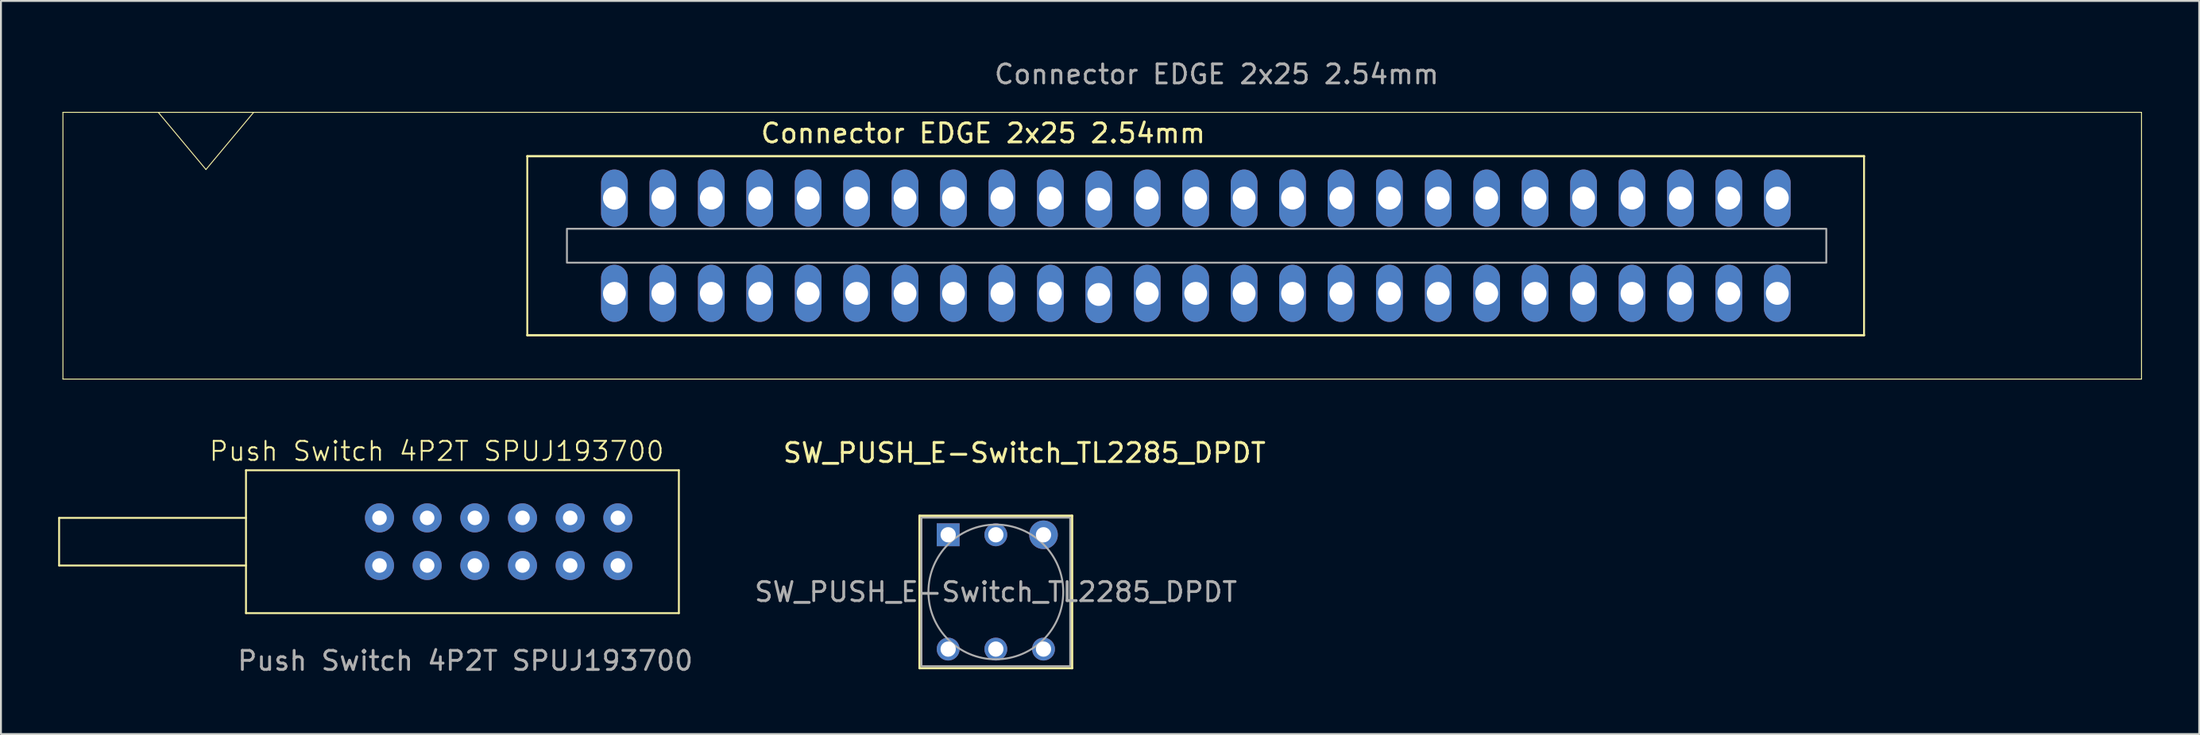
<source format=kicad_pcb>
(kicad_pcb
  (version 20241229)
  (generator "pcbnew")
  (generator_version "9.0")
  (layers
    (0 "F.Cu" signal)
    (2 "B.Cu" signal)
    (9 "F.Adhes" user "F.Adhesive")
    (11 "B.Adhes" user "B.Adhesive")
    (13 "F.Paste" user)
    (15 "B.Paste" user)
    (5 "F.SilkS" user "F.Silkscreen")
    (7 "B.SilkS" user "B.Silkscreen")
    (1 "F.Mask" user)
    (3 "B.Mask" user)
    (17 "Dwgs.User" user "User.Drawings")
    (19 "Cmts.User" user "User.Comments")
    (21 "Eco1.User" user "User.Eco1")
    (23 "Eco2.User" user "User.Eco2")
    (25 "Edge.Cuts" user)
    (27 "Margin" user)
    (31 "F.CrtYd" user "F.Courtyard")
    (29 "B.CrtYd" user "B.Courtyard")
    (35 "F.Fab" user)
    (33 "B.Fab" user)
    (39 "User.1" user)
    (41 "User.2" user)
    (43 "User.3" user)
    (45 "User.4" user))
  (footprint "Connector EDGE 2x25 2.54mm"
    (layer "F.Cu")
    (at 0.25 2.848)
    (property "Reference" "Connector EDGE 2x25 2.54mm" (at 48.255 1.095 0) (layer "F.SilkS") (effects (font (size 1 1) (thickness 0.15))))
    (attr smd)
    (fp_line (start 0 0) (end 0 14) (stroke (width 0.05) (type solid)) (layer "F.SilkS"))
    (fp_line (start 0 14) (end 109 14) (stroke (width 0.05) (type solid)) (layer "F.SilkS"))
    (fp_line (start 5 0) (end 7.5 3) (stroke (width 0.05) (type default)) (layer "F.SilkS"))
    (fp_line (start 7.5 3) (end 10 0) (stroke (width 0.05) (type default)) (layer "F.SilkS"))
    (fp_line (start 24.35 2.3) (end 24.35 11.7) (stroke (width 0.1) (type solid)) (layer "F.SilkS"))
    (fp_line (start 94.45 2.3) (end 24.35 2.3) (stroke (width 0.12) (type solid)) (layer "F.SilkS"))
    (fp_line (start 94.45 2.3) (end 94.45 11.7) (stroke (width 0.1) (type solid)) (layer "F.SilkS"))
    (fp_line (start 94.45 11.7) (end 24.35 11.7) (stroke (width 0.12) (type solid)) (layer "F.SilkS"))
    (fp_line (start 109 0) (end 0 0) (stroke (width 0.05) (type solid)) (layer "F.SilkS"))
    (fp_line (start 109 14) (end 109 0) (stroke (width 0.05) (type solid)) (layer "F.SilkS"))
    (fp_rect (start 92.47 7.89) (end 26.43 6.11) (stroke (width 0.1) (type default)) (fill no) (layer "F.Fab"))
    (fp_text user "${REFERENCE}" (at 60.5 -2 0) (layer "F.Fab") (effects (font (size 1 1) (thickness 0.15))))
    (pad "1" thru_hole oval (at 89.9 4.5) (size 1.4 3) (drill 1.2) (layers "*.Cu" "*.Mask"))
    (pad "2" thru_hole oval (at 89.9 9.5) (size 1.4 3) (drill 1.2) (layers "*.Cu" "*.Mask"))
    (pad "3" thru_hole oval (at 87.36 4.5) (size 1.4 3) (drill 1.2) (layers "*.Cu" "*.Mask"))
    (pad "4" thru_hole oval (at 87.36 9.5) (size 1.4 3) (drill 1.2) (layers "*.Cu" "*.Mask"))
    (pad "5" thru_hole oval (at 84.82 4.5) (size 1.4 3) (drill 1.2) (layers "*.Cu" "*.Mask"))
    (pad "6" thru_hole oval (at 84.82 9.5) (size 1.4 3) (drill 1.2) (layers "*.Cu" "*.Mask"))
    (pad "7" thru_hole oval (at 82.28 4.5) (size 1.4 3) (drill 1.2) (layers "*.Cu" "*.Mask"))
    (pad "8" thru_hole oval (at 82.28 9.5) (size 1.4 3) (drill 1.2) (layers "*.Cu" "*.Mask"))
    (pad "9" thru_hole oval (at 79.74 4.5) (size 1.4 3) (drill 1.2) (layers "*.Cu" "*.Mask"))
    (pad "10" thru_hole oval (at 79.74 9.5) (size 1.4 3) (drill 1.2) (layers "*.Cu" "*.Mask"))
    (pad "11" thru_hole oval (at 77.2 4.5) (size 1.4 3) (drill 1.2) (layers "*.Cu" "*.Mask"))
    (pad "12" thru_hole oval (at 77.2 9.5) (size 1.4 3) (drill 1.2) (layers "*.Cu" "*.Mask"))
    (pad "13" thru_hole oval (at 74.66 4.5) (size 1.4 3) (drill 1.2) (layers "*.Cu" "*.Mask"))
    (pad "14" thru_hole oval (at 74.66 9.5) (size 1.4 3) (drill 1.2) (layers "*.Cu" "*.Mask"))
    (pad "15" thru_hole oval (at 72.12 4.5) (size 1.4 3) (drill 1.2) (layers "*.Cu" "*.Mask"))
    (pad "16" thru_hole oval (at 72.12 9.5) (size 1.4 3) (drill 1.2) (layers "*.Cu" "*.Mask"))
    (pad "17" thru_hole oval (at 69.56 4.5) (size 1.4 3) (drill 1.2) (layers "*.Cu" "*.Mask"))
    (pad "18" thru_hole oval (at 69.56 9.5) (size 1.4 3) (drill 1.2) (layers "*.Cu" "*.Mask"))
    (pad "19" thru_hole oval (at 67.02 4.5) (size 1.4 3) (drill 1.2) (layers "*.Cu" "*.Mask"))
    (pad "20" thru_hole oval (at 67.02 9.5) (size 1.4 3) (drill 1.2) (layers "*.Cu" "*.Mask"))
    (pad "21" thru_hole oval (at 64.48 4.5) (size 1.4 3) (drill 1.2) (layers "*.Cu" "*.Mask"))
    (pad "22" thru_hole oval (at 64.48 9.5) (size 1.4 3) (drill 1.2) (layers "*.Cu" "*.Mask"))
    (pad "23" thru_hole oval (at 61.94 4.5) (size 1.4 3) (drill 1.2) (layers "*.Cu" "*.Mask"))
    (pad "24" thru_hole oval (at 61.94 9.5) (size 1.4 3) (drill 1.2) (layers "*.Cu" "*.Mask"))
    (pad "25" thru_hole oval (at 59.4 4.5) (size 1.4 3) (drill 1.2) (layers "*.Cu" "*.Mask"))
    (pad "26" thru_hole oval (at 59.4 9.5) (size 1.4 3) (drill 1.2) (layers "*.Cu" "*.Mask"))
    (pad "27" thru_hole oval (at 56.86 4.5) (size 1.4 3) (drill 1.2) (layers "*.Cu" "*.Mask"))
    (pad "28" thru_hole oval (at 56.86 9.5) (size 1.4 3) (drill 1.2) (layers "*.Cu" "*.Mask"))
    (pad "29" thru_hole oval (at 54.32 4.559) (size 1.4 3) (drill 1.2) (layers "*.Cu" "*.Mask"))
    (pad "30" thru_hole oval (at 54.32 9.559) (size 1.4 3) (drill 1.2) (layers "*.Cu" "*.Mask"))
    (pad "31" thru_hole oval (at 51.78 4.5) (size 1.4 3) (drill 1.2) (layers "*.Cu" "*.Mask"))
    (pad "32" thru_hole oval (at 51.78 9.5) (size 1.4 3) (drill 1.2) (layers "*.Cu" "*.Mask"))
    (pad "33" thru_hole oval (at 49.24 4.5) (size 1.4 3) (drill 1.2) (layers "*.Cu" "*.Mask"))
    (pad "34" thru_hole oval (at 49.24 9.5) (size 1.4 3) (drill 1.2) (layers "*.Cu" "*.Mask"))
    (pad "35" thru_hole oval (at 46.7 4.5) (size 1.4 3) (drill 1.2) (layers "*.Cu" "*.Mask"))
    (pad "36" thru_hole oval (at 46.7 9.5) (size 1.4 3) (drill 1.2) (layers "*.Cu" "*.Mask"))
    (pad "37" thru_hole oval (at 44.16 4.5) (size 1.4 3) (drill 1.2) (layers "*.Cu" "*.Mask"))
    (pad "38" thru_hole oval (at 44.16 9.5) (size 1.4 3) (drill 1.2) (layers "*.Cu" "*.Mask"))
    (pad "39" thru_hole oval (at 41.62 4.5) (size 1.4 3) (drill 1.2) (layers "*.Cu" "*.Mask"))
    (pad "40" thru_hole oval (at 41.62 9.5) (size 1.4 3) (drill 1.2) (layers "*.Cu" "*.Mask"))
    (pad "41" thru_hole oval (at 39.08 4.5) (size 1.4 3) (drill 1.2) (layers "*.Cu" "*.Mask"))
    (pad "42" thru_hole oval (at 39.08 9.5) (size 1.4 3) (drill 1.2) (layers "*.Cu" "*.Mask"))
    (pad "43" thru_hole oval (at 36.54 4.5) (size 1.4 3) (drill 1.2) (layers "*.Cu" "*.Mask"))
    (pad "44" thru_hole oval (at 36.54 9.5) (size 1.4 3) (drill 1.2) (layers "*.Cu" "*.Mask"))
    (pad "45" thru_hole oval (at 34 4.5) (size 1.4 3) (drill 1.2) (layers "*.Cu" "*.Mask"))
    (pad "46" thru_hole oval (at 34 9.5) (size 1.4 3) (drill 1.2) (layers "*.Cu" "*.Mask"))
    (pad "47" thru_hole oval (at 31.46 4.5) (size 1.4 3) (drill 1.2) (layers "*.Cu" "*.Mask"))
    (pad "48" thru_hole oval (at 31.46 9.5) (size 1.4 3) (drill 1.2) (layers "*.Cu" "*.Mask"))
    (pad "49" thru_hole oval (at 28.92 4.5) (size 1.4 3) (drill 1.2) (layers "*.Cu" "*.Mask"))
    (pad "50" thru_hole oval (at 28.92 9.5) (size 1.4 3) (drill 1.2) (layers "*.Cu" "*.Mask")))
  (footprint "SW_PUSH_E-Switch_TL2285_DPDT"
    (layer "F.Cu")
    (at 46.671 25.021)
    (property "Reference" "SW_PUSH_E-Switch_TL2285_DPDT" (at 4 -4.3 0) (layer "F.SilkS") (effects (font (size 1 1) (thickness 0.15))))
    (attr through_hole)
    (fp_line (start -1.5 -1) (end -1.5 7) (stroke (width 0.12) (type solid)) (layer "F.SilkS"))
    (fp_line (start -1.5 -1) (end 6.5 -1) (stroke (width 0.12) (type solid)) (layer "F.SilkS"))
    (fp_line (start -1.5 7) (end 6.5 7) (stroke (width 0.12) (type solid)) (layer "F.SilkS"))
    (fp_line (start 6.5 -1) (end 6.5 7) (stroke (width 0.12) (type solid)) (layer "F.SilkS"))
    (fp_rect (start -1.6 -1.1) (end 6.6 7.1) (stroke (width 0.1) (type default)) (fill no) (layer "Margin"))
    (fp_rect (start -1.4 -0.9) (end 6.4 6.9) (stroke (width 0.1) (type default)) (fill no) (layer "F.Fab"))
    (fp_circle (center 2.5 3) (end 6 3.5) (stroke (width 0.1) (type solid)) (fill no) (layer "F.Fab"))
    (fp_text user "${REFERENCE}" (at 2.5 3 0) (layer "F.Fab") (effects (font (size 1 1) (thickness 0.15))))
    (pad "1" thru_hole rect (at 0 0) (size 1.2 1.2) (drill 0.8) (layers "*.Cu" "*.Mask"))
    (pad "2" thru_hole circle (at 2.5 0) (size 1.2 1.2) (drill 0.8) (layers "*.Cu" "*.Mask"))
    (pad "3" thru_hole circle (at 5 0) (size 1.5 1.5) (drill 0.8) (layers "*.Cu" "*.Mask"))
    (pad "4" thru_hole circle (at 0 6) (size 1.2 1.2) (drill 0.8) (layers "*.Cu" "*.Mask"))
    (pad "5" thru_hole circle (at 2.5 6) (size 1.2 1.2) (drill 0.8) (layers "*.Cu" "*.Mask"))
    (pad "6" thru_hole circle (at 5 6) (size 1.2 1.2) (drill 0.8) (layers "*.Cu" "*.Mask")))
  (footprint "Push Switch 4P2T SPUJ193700"
    (layer "F.Cu")
    (at 16.85 26.634)
    (property "Reference" "Push Switch 4P2T SPUJ193700" (at 3 -6 0) (unlocked yes) (layer "F.SilkS") (effects (font (size 1 1) (thickness 0.1))))
    (attr through_hole)
    (fp_line (start -16.8 -2.5) (end -16.8 0) (stroke (width 0.1) (type default)) (layer "F.SilkS"))
    (fp_line (start -16.8 0) (end -7 0) (stroke (width 0.1) (type default)) (layer "F.SilkS"))
    (fp_line (start -7 -5) (end -7 2.5) (stroke (width 0.1) (type default)) (layer "F.SilkS"))
    (fp_line (start -7 -5) (end 15.7 -5) (stroke (width 0.1) (type default)) (layer "F.SilkS"))
    (fp_line (start -7 -2.5) (end -16.8 -2.5) (stroke (width 0.1) (type default)) (layer "F.SilkS"))
    (fp_line (start -7 2.5) (end 15.7 2.5) (stroke (width 0.1) (type default)) (layer "F.SilkS"))
    (fp_line (start 15.7 -5) (end 15.7 2.5) (stroke (width 0.1) (type default)) (layer "F.SilkS"))
    (fp_text user "${REFERENCE}" (at 4.5 5 0) (unlocked yes) (layer "F.Fab") (effects (font (size 1 1) (thickness 0.15))))
    (pad "1" thru_hole circle (at 0 0) (size 1.524 1.524) (drill 0.762) (layers "*.Cu" "*.Mask"))
    (pad "2" thru_hole circle (at 2.5 0) (size 1.524 1.524) (drill 0.762) (layers "*.Cu" "*.Mask"))
    (pad "3" thru_hole circle (at 5 0) (size 1.524 1.524) (drill 0.762) (layers "*.Cu" "*.Mask"))
    (pad "4" thru_hole circle (at 7.5 0) (size 1.524 1.524) (drill 0.762) (layers "*.Cu" "*.Mask"))
    (pad "5" thru_hole circle (at 10 0) (size 1.524 1.524) (drill 0.762) (layers "*.Cu" "*.Mask"))
    (pad "6" thru_hole circle (at 12.5 0) (size 1.524 1.524) (drill 0.762) (layers "*.Cu" "*.Mask"))
    (pad "7" thru_hole circle (at 0 -2.5) (size 1.524 1.524) (drill 0.762) (layers "*.Cu" "*.Mask"))
    (pad "8" thru_hole circle (at 2.5 -2.5) (size 1.524 1.524) (drill 0.762) (layers "*.Cu" "*.Mask"))
    (pad "9" thru_hole circle (at 5 -2.5) (size 1.524 1.524) (drill 0.762) (layers "*.Cu" "*.Mask"))
    (pad "10" thru_hole circle (at 7.5 -2.5) (size 1.524 1.524) (drill 0.762) (layers "*.Cu" "*.Mask"))
    (pad "11" thru_hole circle (at 10 -2.5) (size 1.524 1.524) (drill 0.762) (layers "*.Cu" "*.Mask"))
    (pad "12" thru_hole circle (at 12.5 -2.5) (size 1.524 1.524) (drill 0.762) (layers "*.Cu" "*.Mask")))
  (gr_rect
    (start -3 -3)
    (end 112.275 35.482)
    (stroke (width 0.1) (type default))
    (fill no)
    (layer "Edge.Cuts")))
</source>
